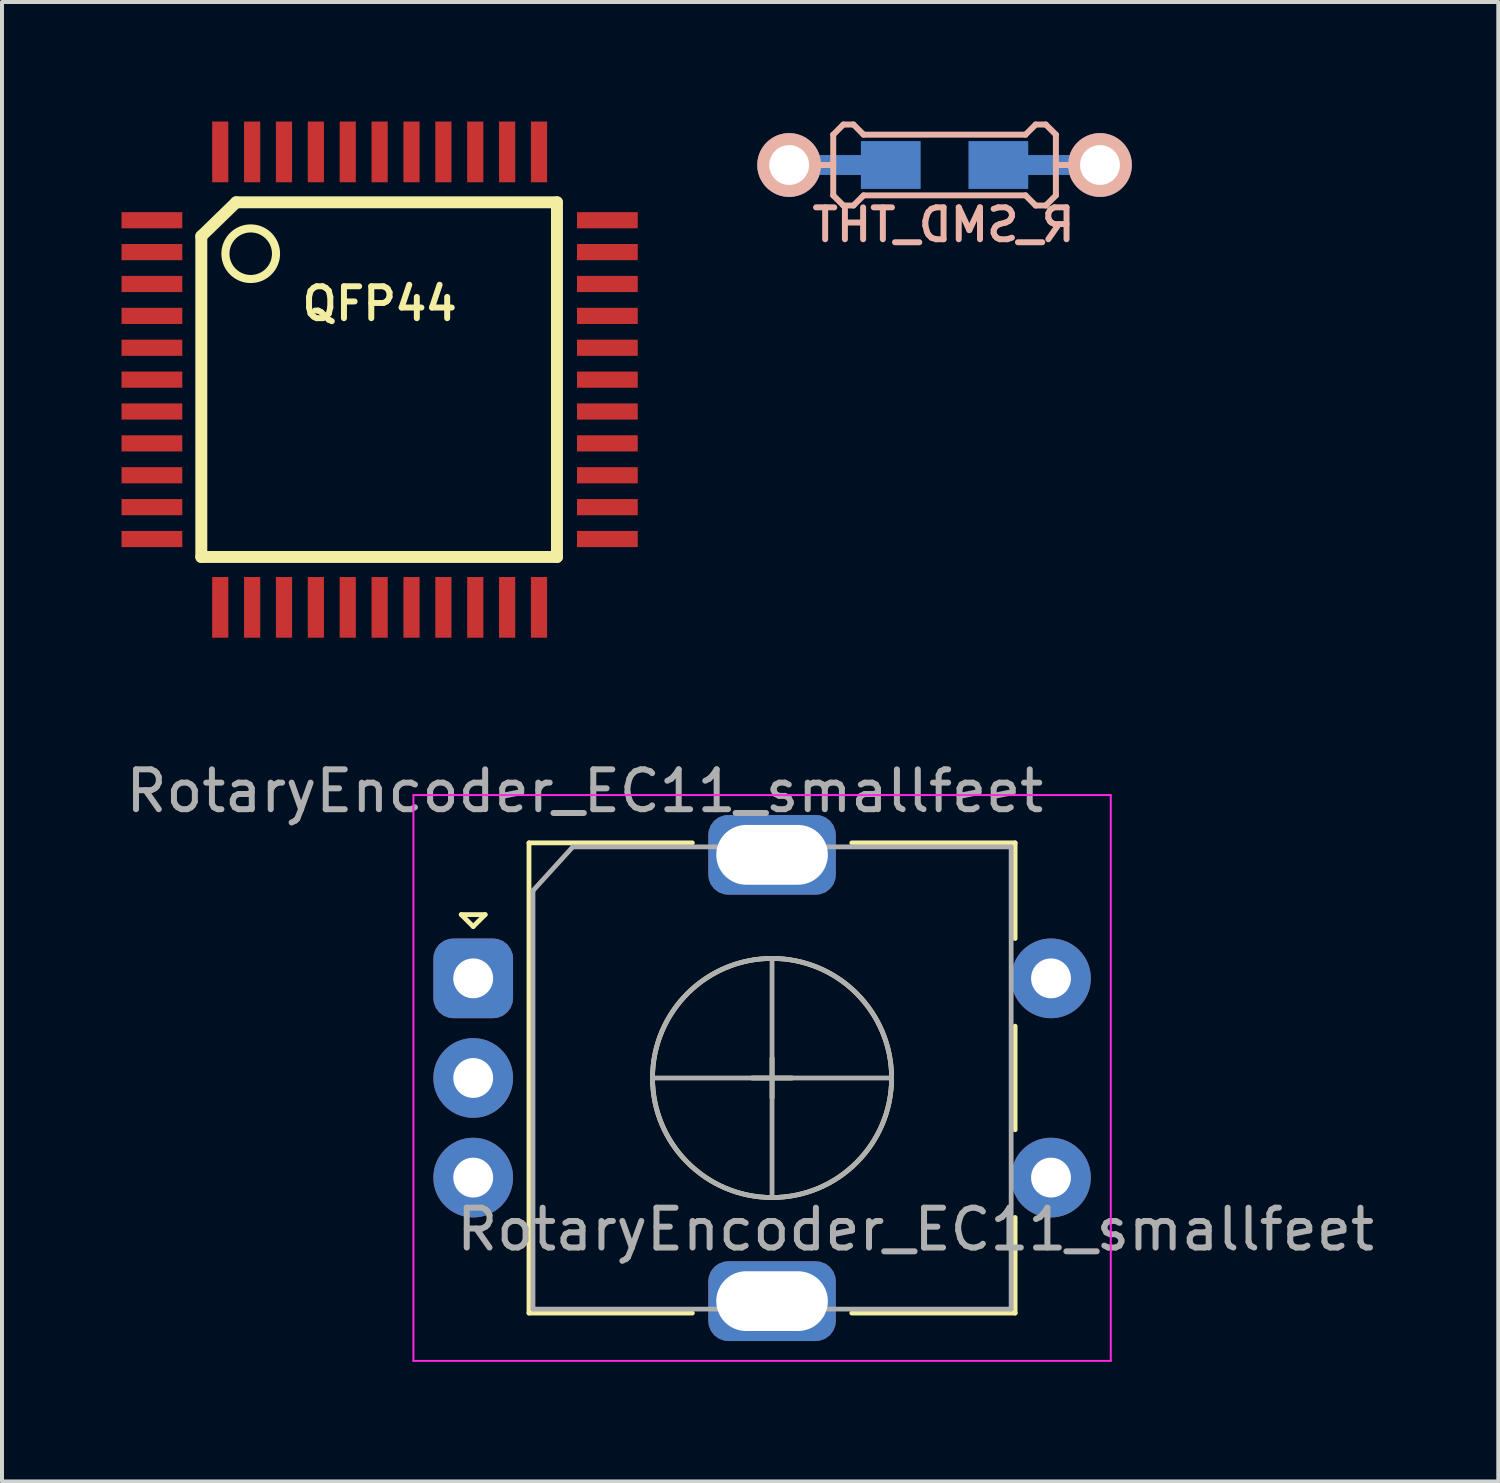
<source format=kicad_pcb>
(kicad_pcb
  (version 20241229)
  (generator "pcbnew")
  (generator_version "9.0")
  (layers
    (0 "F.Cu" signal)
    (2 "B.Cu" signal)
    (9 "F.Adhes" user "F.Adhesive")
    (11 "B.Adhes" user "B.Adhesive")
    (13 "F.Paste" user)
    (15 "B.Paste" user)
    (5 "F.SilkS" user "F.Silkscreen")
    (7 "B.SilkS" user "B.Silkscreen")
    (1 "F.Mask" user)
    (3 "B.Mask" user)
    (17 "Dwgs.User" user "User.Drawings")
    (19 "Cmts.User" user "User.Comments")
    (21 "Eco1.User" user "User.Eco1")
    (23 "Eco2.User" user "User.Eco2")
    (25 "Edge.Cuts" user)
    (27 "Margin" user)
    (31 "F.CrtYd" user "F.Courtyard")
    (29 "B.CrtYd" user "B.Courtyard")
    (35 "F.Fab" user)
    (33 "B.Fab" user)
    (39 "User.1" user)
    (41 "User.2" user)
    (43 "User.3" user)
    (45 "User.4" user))
  (footprint "QFP44"
    (layer "F.Cu")
    (at 6.477 6.477)
    (property "Reference" "QFP44" (at 0 -1.905 0) (layer "F.SilkS") (effects (font (size 0.8 0.8) (thickness 0.15))))
    (property "Value" "${VALUE}" (at 0 1.905 0) (layer "F.Fab") (hide yes) (effects (font (size 0.8 0.8) (thickness 0.15))))
    (attr smd)
    (fp_line (start -4.475 -3.6) (end -4.475 4.45) (stroke (width 0.3) (type solid)) (layer "F.SilkS"))
    (fp_line (start -4.475 4.45) (end 4.45 4.45) (stroke (width 0.3) (type solid)) (layer "F.SilkS"))
    (fp_line (start -3.6 -4.45) (end -4.475 -3.6) (stroke (width 0.3) (type solid)) (layer "F.SilkS"))
    (fp_line (start 4.45 -4.45) (end -3.6 -4.45) (stroke (width 0.3) (type solid)) (layer "F.SilkS"))
    (fp_line (start 4.45 4.45) (end 4.45 -4.45) (stroke (width 0.3) (type solid)) (layer "F.SilkS"))
    (fp_circle (center -3.235 -3.16) (end -3.235 -2.525) (stroke (width 0.203) (type solid)) (fill no) (layer "F.SilkS"))
    (pad "1" smd rect (at -5.715 -4) (size 1.524 0.406) (layers "F.Cu" "F.Mask" "F.Paste"))
    (pad "2" smd rect (at -5.715 -3.2) (size 1.524 0.406) (layers "F.Cu" "F.Mask" "F.Paste"))
    (pad "3" smd rect (at -5.715 -2.4) (size 1.524 0.406) (layers "F.Cu" "F.Mask" "F.Paste"))
    (pad "4" smd rect (at -5.715 -1.6) (size 1.524 0.406) (layers "F.Cu" "F.Mask" "F.Paste"))
    (pad "5" smd rect (at -5.715 -0.8) (size 1.524 0.406) (layers "F.Cu" "F.Mask" "F.Paste"))
    (pad "6" smd rect (at -5.715 0) (size 1.524 0.406) (layers "F.Cu" "F.Mask" "F.Paste"))
    (pad "7" smd rect (at -5.715 0.8) (size 1.524 0.406) (layers "F.Cu" "F.Mask" "F.Paste"))
    (pad "8" smd rect (at -5.715 1.6) (size 1.524 0.406) (layers "F.Cu" "F.Mask" "F.Paste"))
    (pad "9" smd rect (at -5.715 2.4) (size 1.524 0.406) (layers "F.Cu" "F.Mask" "F.Paste"))
    (pad "10" smd rect (at -5.715 3.2) (size 1.524 0.406) (layers "F.Cu" "F.Mask" "F.Paste"))
    (pad "11" smd rect (at -5.715 4) (size 1.524 0.406) (layers "F.Cu" "F.Mask" "F.Paste"))
    (pad "12" smd rect (at -4 5.715) (size 0.406 1.524) (layers "F.Cu" "F.Mask" "F.Paste"))
    (pad "13" smd rect (at -3.2 5.715) (size 0.406 1.524) (layers "F.Cu" "F.Mask" "F.Paste"))
    (pad "14" smd rect (at -2.4 5.715) (size 0.406 1.524) (layers "F.Cu" "F.Mask" "F.Paste"))
    (pad "15" smd rect (at -1.6 5.715) (size 0.406 1.524) (layers "F.Cu" "F.Mask" "F.Paste"))
    (pad "16" smd rect (at -0.8 5.715) (size 0.406 1.524) (layers "F.Cu" "F.Mask" "F.Paste"))
    (pad "17" smd rect (at 0 5.715) (size 0.406 1.524) (layers "F.Cu" "F.Mask" "F.Paste"))
    (pad "18" smd rect (at 0.8 5.715) (size 0.406 1.524) (layers "F.Cu" "F.Mask" "F.Paste"))
    (pad "19" smd rect (at 1.6 5.715) (size 0.406 1.524) (layers "F.Cu" "F.Mask" "F.Paste"))
    (pad "20" smd rect (at 2.4 5.715) (size 0.406 1.524) (layers "F.Cu" "F.Mask" "F.Paste"))
    (pad "21" smd rect (at 3.2 5.715) (size 0.406 1.524) (layers "F.Cu" "F.Mask" "F.Paste"))
    (pad "22" smd rect (at 4 5.715) (size 0.406 1.524) (layers "F.Cu" "F.Mask" "F.Paste"))
    (pad "23" smd rect (at 5.715 4) (size 1.524 0.406) (layers "F.Cu" "F.Mask" "F.Paste"))
    (pad "24" smd rect (at 5.715 3.2) (size 1.524 0.406) (layers "F.Cu" "F.Mask" "F.Paste"))
    (pad "25" smd rect (at 5.715 2.4) (size 1.524 0.406) (layers "F.Cu" "F.Mask" "F.Paste"))
    (pad "26" smd rect (at 5.715 1.6) (size 1.524 0.406) (layers "F.Cu" "F.Mask" "F.Paste"))
    (pad "27" smd rect (at 5.715 0.8) (size 1.524 0.406) (layers "F.Cu" "F.Mask" "F.Paste"))
    (pad "28" smd rect (at 5.715 0) (size 1.524 0.406) (layers "F.Cu" "F.Mask" "F.Paste"))
    (pad "29" smd rect (at 5.715 -0.8) (size 1.524 0.406) (layers "F.Cu" "F.Mask" "F.Paste"))
    (pad "30" smd rect (at 5.715 -1.6) (size 1.524 0.406) (layers "F.Cu" "F.Mask" "F.Paste"))
    (pad "31" smd rect (at 5.715 -2.4) (size 1.524 0.406) (layers "F.Cu" "F.Mask" "F.Paste"))
    (pad "32" smd rect (at 5.715 -3.2) (size 1.524 0.406) (layers "F.Cu" "F.Mask" "F.Paste"))
    (pad "33" smd rect (at 5.715 -4) (size 1.524 0.406) (layers "F.Cu" "F.Mask" "F.Paste"))
    (pad "34" smd rect (at 4 -5.715) (size 0.406 1.524) (layers "F.Cu" "F.Mask" "F.Paste"))
    (pad "35" smd rect (at 3.2 -5.715) (size 0.406 1.524) (layers "F.Cu" "F.Mask" "F.Paste"))
    (pad "36" smd rect (at 2.4 -5.715) (size 0.406 1.524) (layers "F.Cu" "F.Mask" "F.Paste"))
    (pad "37" smd rect (at 1.6 -5.715) (size 0.406 1.524) (layers "F.Cu" "F.Mask" "F.Paste"))
    (pad "38" smd rect (at 0.8 -5.715) (size 0.406 1.524) (layers "F.Cu" "F.Mask" "F.Paste"))
    (pad "39" smd rect (at 0 -5.715) (size 0.406 1.524) (layers "F.Cu" "F.Mask" "F.Paste"))
    (pad "40" smd rect (at -0.8 -5.715) (size 0.406 1.524) (layers "F.Cu" "F.Mask" "F.Paste"))
    (pad "41" smd rect (at -1.6 -5.715) (size 0.406 1.524) (layers "F.Cu" "F.Mask" "F.Paste"))
    (pad "42" smd rect (at -2.4 -5.715) (size 0.406 1.524) (layers "F.Cu" "F.Mask" "F.Paste"))
    (pad "43" smd rect (at -3.2 -5.715) (size 0.406 1.524) (layers "F.Cu" "F.Mask" "F.Paste"))
    (pad "44" smd rect (at -4 -5.715) (size 0.406 1.524) (layers "F.Cu" "F.Mask" "F.Paste")))
  (footprint "R_SMD_THT"
    (layer "F.Cu")
    (at 20.654 1.091)
    (property "Reference" "R_SMD_THT" (at -0.025 1.5 0) (layer "B.SilkS") (effects (font (size 0.8 0.8) (thickness 0.15)) (justify mirror)))
    (property "Value" "${VALUE}" (at 0 -1.925 0) (layer "F.Fab") (hide yes) (effects (font (size 0.8 0.8) (thickness 0.15))))
    (attr smd)
    (fp_line (start -3.302 0) (end -2.794 0) (stroke (width 0.15) (type solid)) (layer "B.SilkS"))
    (fp_line (start -2.794 -0.762) (end -2.54 -1.016) (stroke (width 0.15) (type solid)) (layer "B.SilkS"))
    (fp_line (start -2.794 0.762) (end -2.794 -0.762) (stroke (width 0.15) (type solid)) (layer "B.SilkS"))
    (fp_line (start -2.54 -1.016) (end -2.286 -1.016) (stroke (width 0.15) (type solid)) (layer "B.SilkS"))
    (fp_line (start -2.54 1.016) (end -2.794 0.762) (stroke (width 0.15) (type solid)) (layer "B.SilkS"))
    (fp_line (start -2.286 -1.016) (end -2.032 -0.762) (stroke (width 0.15) (type solid)) (layer "B.SilkS"))
    (fp_line (start -2.286 1.016) (end -2.54 1.016) (stroke (width 0.15) (type solid)) (layer "B.SilkS"))
    (fp_line (start -2.032 -0.762) (end 2.032 -0.762) (stroke (width 0.15) (type solid)) (layer "B.SilkS"))
    (fp_line (start -2.032 0.762) (end -2.286 1.016) (stroke (width 0.15) (type solid)) (layer "B.SilkS"))
    (fp_line (start 2.032 -0.762) (end 2.286 -1.016) (stroke (width 0.15) (type solid)) (layer "B.SilkS"))
    (fp_line (start 2.032 0.762) (end -2.032 0.762) (stroke (width 0.15) (type solid)) (layer "B.SilkS"))
    (fp_line (start 2.286 -1.016) (end 2.54 -1.016) (stroke (width 0.15) (type solid)) (layer "B.SilkS"))
    (fp_line (start 2.286 1.016) (end 2.032 0.762) (stroke (width 0.15) (type solid)) (layer "B.SilkS"))
    (fp_line (start 2.54 -1.016) (end 2.794 -0.762) (stroke (width 0.15) (type solid)) (layer "B.SilkS"))
    (fp_line (start 2.54 1.016) (end 2.286 1.016) (stroke (width 0.15) (type solid)) (layer "B.SilkS"))
    (fp_line (start 2.794 -0.762) (end 2.794 0.762) (stroke (width 0.15) (type solid)) (layer "B.SilkS"))
    (fp_line (start 2.794 0) (end 3.302 0) (stroke (width 0.15) (type solid)) (layer "B.SilkS"))
    (fp_line (start 2.794 0.762) (end 2.54 1.016) (stroke (width 0.15) (type solid)) (layer "B.SilkS"))
    (pad "1" smd rect (at 1.35 0) (size 1.5 1.2) (layers "B.Cu" "B.Mask" "B.Paste"))
    (pad "1" smd rect (at 2.5 0) (size 2.9 0.5) (layers "B.Cu"))
    (pad "1" thru_hole circle (at 3.9 0) (size 1.6 1.6) (drill 1) (layers "*.Cu" "*.Mask" "B.SilkS"))
    (pad "2" thru_hole circle (at -3.9 0) (size 1.6 1.6) (drill 1) (layers "*.Cu" "*.Mask" "B.SilkS"))
    (pad "2" smd rect (at -2.5 0) (size 2.9 0.5) (layers "B.Cu"))
    (pad "2" smd rect (at -1.35 0) (size 1.5 1.2) (layers "B.Cu" "B.Mask" "B.Paste")))
  (footprint "RotaryEncoder_EC11_smallfeet"
    (layer "F.Cu")
    (at 16.325 24.002)
    (property "Reference" "RotaryEncoder_EC11_smallfeet" (at -4.7 -7.2 0) (layer "F.Fab") (effects (font (size 1 1) (thickness 0.15))))
    (attr through_hole)
    (fp_line (start -7.8 -4.1) (end -7.2 -4.1) (stroke (width 0.12) (type solid)) (layer "F.SilkS"))
    (fp_line (start -7.5 -3.8) (end -7.8 -4.1) (stroke (width 0.12) (type solid)) (layer "F.SilkS"))
    (fp_line (start -7.2 -4.1) (end -7.5 -3.8) (stroke (width 0.12) (type solid)) (layer "F.SilkS"))
    (fp_line (start -6.1 -5.9) (end -6.1 5.9) (stroke (width 0.12) (type solid)) (layer "F.SilkS"))
    (fp_line (start -2 -5.9) (end -6.1 -5.9) (stroke (width 0.12) (type solid)) (layer "F.SilkS"))
    (fp_line (start -2 5.9) (end -6.1 5.9) (stroke (width 0.12) (type solid)) (layer "F.SilkS"))
    (fp_line (start -0.5 0) (end 0.5 0) (stroke (width 0.12) (type solid)) (layer "F.SilkS"))
    (fp_line (start 0 -0.5) (end 0 0.5) (stroke (width 0.12) (type solid)) (layer "F.SilkS"))
    (fp_line (start 2 -5.9) (end 6.1 -5.9) (stroke (width 0.12) (type solid)) (layer "F.SilkS"))
    (fp_line (start 6.1 -5.9) (end 6.1 -3.5) (stroke (width 0.12) (type solid)) (layer "F.SilkS"))
    (fp_line (start 6.1 -1.3) (end 6.1 1.3) (stroke (width 0.12) (type solid)) (layer "F.SilkS"))
    (fp_line (start 6.1 3.5) (end 6.1 5.9) (stroke (width 0.12) (type solid)) (layer "F.SilkS"))
    (fp_line (start 6.1 5.9) (end 2 5.9) (stroke (width 0.12) (type solid)) (layer "F.SilkS"))
    (fp_circle (center 0 0) (end 3 0) (stroke (width 0.12) (type solid)) (fill no) (layer "F.SilkS"))
    (fp_line (start -9 -7.1) (end -9 7.1) (stroke (width 0.05) (type solid)) (layer "F.CrtYd"))
    (fp_line (start -9 -7.1) (end 8.5 -7.1) (stroke (width 0.05) (type solid)) (layer "F.CrtYd"))
    (fp_line (start 8.5 7.1) (end -9 7.1) (stroke (width 0.05) (type solid)) (layer "F.CrtYd"))
    (fp_line (start 8.5 7.1) (end 8.5 -7.1) (stroke (width 0.05) (type solid)) (layer "F.CrtYd"))
    (fp_line (start -6 -4.7) (end -5 -5.8) (stroke (width 0.12) (type solid)) (layer "F.Fab"))
    (fp_line (start -6 5.8) (end -6 -4.7) (stroke (width 0.12) (type solid)) (layer "F.Fab"))
    (fp_line (start -5 -5.8) (end 6 -5.8) (stroke (width 0.12) (type solid)) (layer "F.Fab"))
    (fp_line (start -3 0) (end 3 0) (stroke (width 0.12) (type solid)) (layer "F.Fab"))
    (fp_line (start 0 -3) (end 0 3) (stroke (width 0.12) (type solid)) (layer "F.Fab"))
    (fp_line (start 6 -5.8) (end 6 5.8) (stroke (width 0.12) (type solid)) (layer "F.Fab"))
    (fp_line (start 6 5.8) (end -6 5.8) (stroke (width 0.12) (type solid)) (layer "F.Fab"))
    (fp_circle (center 0 0) (end 3 0) (stroke (width 0.12) (type solid)) (fill no) (layer "F.Fab"))
    (fp_text user "${REFERENCE}" (at 3.6 3.8 0) (layer "F.Fab") (effects (font (size 1 1) (thickness 0.15))))
    (pad "A" thru_hole roundrect (at -7.5 -2.5) (size 2 2) (drill 1) (layers "*.Cu" "*.Mask") (roundrect_rratio 0.25))
    (pad "B" thru_hole circle (at -7.5 2.5) (size 2 2) (drill 1) (layers "*.Cu" "*.Mask"))
    (pad "C" thru_hole circle (at -7.5 0) (size 2 2) (drill 1) (layers "*.Cu" "*.Mask"))
    (pad "MP" thru_hole roundrect (at 0 -5.6) (size 3.2 2) (drill oval 2.8 1.5) (layers "*.Cu" "*.Mask") (roundrect_rratio 0.25))
    (pad "MP" thru_hole roundrect (at 0 5.6) (size 3.2 2) (drill oval 2.8 1.5) (layers "*.Cu" "*.Mask") (roundrect_rratio 0.25))
    (pad "S1" thru_hole circle (at 7 2.5) (size 2 2) (drill 1) (layers "*.Cu" "*.Mask"))
    (pad "S2" thru_hole circle (at 7 -2.5) (size 2 2) (drill 1) (layers "*.Cu" "*.Mask")))
  (gr_rect
    (start -3 -3)
    (end 34.55 34.127)
    (stroke (width 0.1) (type default))
    (fill no)
    (layer "Edge.Cuts")))
</source>
